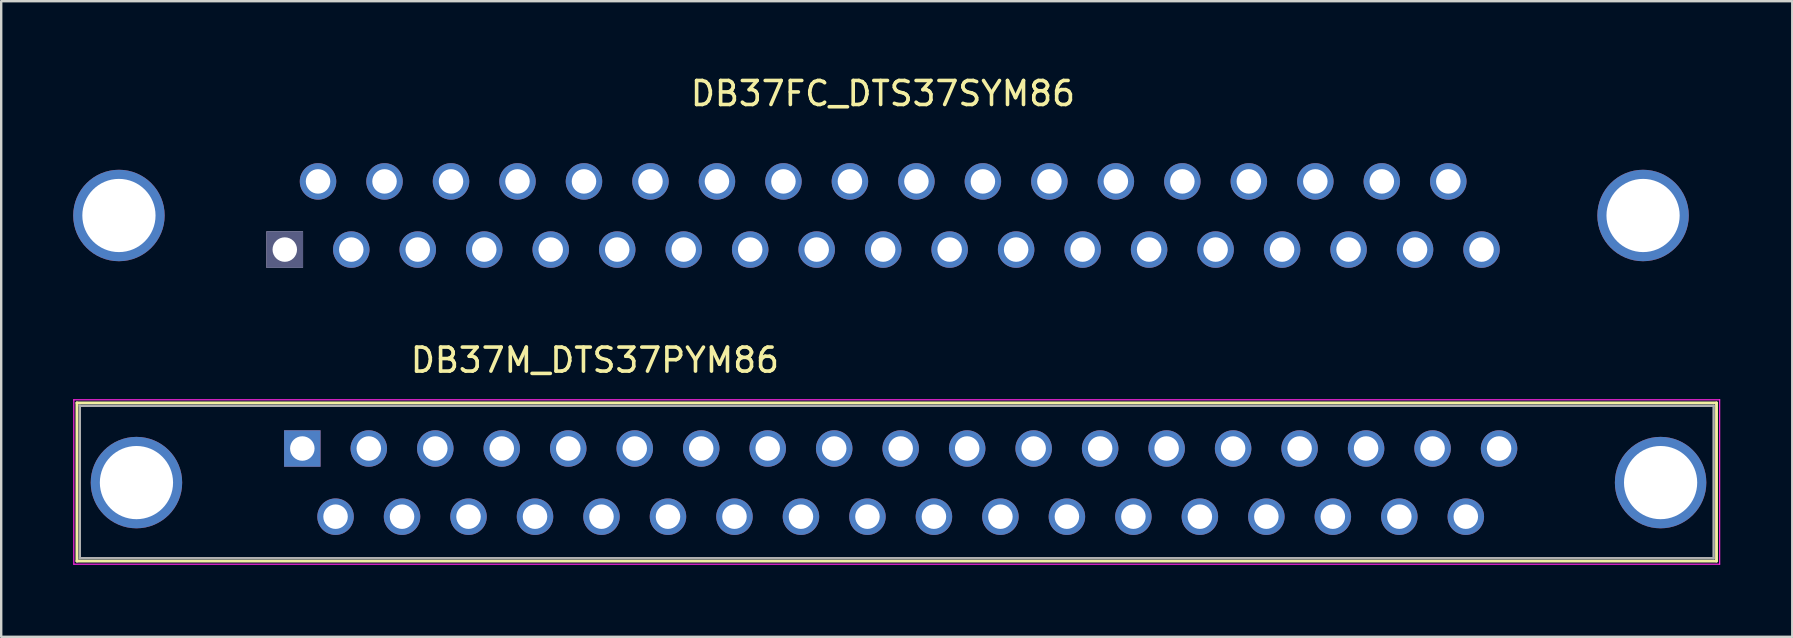
<source format=kicad_pcb>
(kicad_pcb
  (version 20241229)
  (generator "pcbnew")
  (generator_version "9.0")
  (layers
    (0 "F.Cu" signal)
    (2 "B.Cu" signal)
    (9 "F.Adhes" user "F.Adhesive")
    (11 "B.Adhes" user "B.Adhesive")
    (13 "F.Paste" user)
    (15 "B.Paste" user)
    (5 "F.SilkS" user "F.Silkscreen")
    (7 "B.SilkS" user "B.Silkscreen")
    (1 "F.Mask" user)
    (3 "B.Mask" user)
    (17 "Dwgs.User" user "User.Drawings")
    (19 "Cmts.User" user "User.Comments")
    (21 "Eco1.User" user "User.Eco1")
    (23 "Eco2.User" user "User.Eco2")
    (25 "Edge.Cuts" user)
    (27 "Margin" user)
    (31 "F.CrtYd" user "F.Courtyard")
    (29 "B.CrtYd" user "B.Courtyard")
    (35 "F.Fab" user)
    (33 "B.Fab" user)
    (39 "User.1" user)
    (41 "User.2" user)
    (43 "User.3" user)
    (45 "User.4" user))
  (footprint "DB37M_DTS37PYM86"
    (layer "F.Cu")
    (at 9.545 15.636)
    (property "Reference" "DB37M_DTS37PYM86" (at 12.19 -3.68 0) (layer "F.SilkS") (effects (font (size 1 1) (thickness 0.15))))
    (attr through_hole)
    (fp_line (start -9.39 -1.9) (end -9.39 4.69) (stroke (width 0.12) (type solid)) (layer "F.SilkS"))
    (fp_line (start -9.39 -1.9) (end 58.92 -1.9) (stroke (width 0.12) (type solid)) (layer "F.SilkS"))
    (fp_line (start 58.92 4.69) (end -9.39 4.69) (stroke (width 0.12) (type solid)) (layer "F.SilkS"))
    (fp_line (start 58.92 4.69) (end 58.92 -1.9) (stroke (width 0.12) (type solid)) (layer "F.SilkS"))
    (fp_line (start -9.52 -2.03) (end -9.52 4.82) (stroke (width 0.05) (type solid)) (layer "F.CrtYd"))
    (fp_line (start -9.52 -2.03) (end 59.05 -2.03) (stroke (width 0.05) (type solid)) (layer "F.CrtYd"))
    (fp_line (start 59.05 4.82) (end -9.52 4.82) (stroke (width 0.05) (type solid)) (layer "F.CrtYd"))
    (fp_line (start 59.05 4.82) (end 59.05 -2.03) (stroke (width 0.05) (type solid)) (layer "F.CrtYd"))
    (fp_line (start -9.27 -1.78) (end -9.27 -1.78) (stroke (width 0.1) (type solid)) (layer "F.Fab"))
    (fp_line (start -9.27 -1.78) (end -9.27 4.57) (stroke (width 0.1) (type solid)) (layer "F.Fab"))
    (fp_line (start -9.27 4.57) (end 58.8 4.57) (stroke (width 0.1) (type solid)) (layer "F.Fab"))
    (fp_line (start 58.8 -1.78) (end -9.27 -1.78) (stroke (width 0.1) (type solid)) (layer "F.Fab"))
    (fp_line (start 58.8 4.57) (end 58.8 -1.78) (stroke (width 0.1) (type solid)) (layer "F.Fab"))
    (pad "0" thru_hole circle (at -6.91 1.42) (size 3.81 3.81) (drill 3.05) (layers "*.Cu" "*.Mask"))
    (pad "0" thru_hole circle (at 56.59 1.42) (size 3.81 3.81) (drill 3.05) (layers "*.Cu" "*.Mask"))
    (pad "1" thru_hole rect (at 0 0) (size 1.52 1.52) (drill 1.02) (layers "*.Cu" "*.Mask"))
    (pad "2" thru_hole circle (at 2.77 0) (size 1.52 1.52) (drill 1.02) (layers "*.Cu" "*.Mask"))
    (pad "3" thru_hole circle (at 5.54 0) (size 1.52 1.52) (drill 1.02) (layers "*.Cu" "*.Mask"))
    (pad "4" thru_hole circle (at 8.31 0) (size 1.52 1.52) (drill 1.02) (layers "*.Cu" "*.Mask"))
    (pad "5" thru_hole circle (at 11.08 0) (size 1.52 1.52) (drill 1.02) (layers "*.Cu" "*.Mask"))
    (pad "6" thru_hole circle (at 13.85 0) (size 1.52 1.52) (drill 1.02) (layers "*.Cu" "*.Mask"))
    (pad "7" thru_hole circle (at 16.62 0) (size 1.52 1.52) (drill 1.02) (layers "*.Cu" "*.Mask"))
    (pad "8" thru_hole circle (at 19.39 0) (size 1.52 1.52) (drill 1.02) (layers "*.Cu" "*.Mask"))
    (pad "9" thru_hole circle (at 22.16 0) (size 1.52 1.52) (drill 1.02) (layers "*.Cu" "*.Mask"))
    (pad "10" thru_hole circle (at 24.93 0) (size 1.52 1.52) (drill 1.02) (layers "*.Cu" "*.Mask"))
    (pad "11" thru_hole circle (at 27.7 0) (size 1.52 1.52) (drill 1.02) (layers "*.Cu" "*.Mask"))
    (pad "12" thru_hole circle (at 30.47 0) (size 1.52 1.52) (drill 1.02) (layers "*.Cu" "*.Mask"))
    (pad "13" thru_hole circle (at 33.24 0) (size 1.52 1.52) (drill 1.02) (layers "*.Cu" "*.Mask"))
    (pad "14" thru_hole circle (at 36.01 0) (size 1.52 1.52) (drill 1.02) (layers "*.Cu" "*.Mask"))
    (pad "15" thru_hole circle (at 38.78 0) (size 1.52 1.52) (drill 1.02) (layers "*.Cu" "*.Mask"))
    (pad "16" thru_hole circle (at 41.55 0) (size 1.52 1.52) (drill 1.02) (layers "*.Cu" "*.Mask"))
    (pad "17" thru_hole circle (at 44.32 0) (size 1.52 1.52) (drill 1.02) (layers "*.Cu" "*.Mask"))
    (pad "18" thru_hole circle (at 47.09 0) (size 1.52 1.52) (drill 1.02) (layers "*.Cu" "*.Mask"))
    (pad "19" thru_hole circle (at 49.86 0) (size 1.52 1.52) (drill 1.02) (layers "*.Cu" "*.Mask"))
    (pad "20" thru_hole circle (at 1.385 2.84) (size 1.52 1.52) (drill 1.02) (layers "*.Cu" "*.Mask"))
    (pad "21" thru_hole circle (at 4.155 2.84) (size 1.52 1.52) (drill 1.02) (layers "*.Cu" "*.Mask"))
    (pad "22" thru_hole circle (at 6.925 2.84) (size 1.52 1.52) (drill 1.02) (layers "*.Cu" "*.Mask"))
    (pad "23" thru_hole circle (at 9.695 2.84) (size 1.52 1.52) (drill 1.02) (layers "*.Cu" "*.Mask"))
    (pad "24" thru_hole circle (at 12.465 2.84) (size 1.52 1.52) (drill 1.02) (layers "*.Cu" "*.Mask"))
    (pad "25" thru_hole circle (at 15.235 2.84) (size 1.52 1.52) (drill 1.02) (layers "*.Cu" "*.Mask"))
    (pad "26" thru_hole circle (at 18.005 2.84) (size 1.52 1.52) (drill 1.02) (layers "*.Cu" "*.Mask"))
    (pad "27" thru_hole circle (at 20.775 2.84) (size 1.52 1.52) (drill 1.02) (layers "*.Cu" "*.Mask"))
    (pad "28" thru_hole circle (at 23.545 2.84) (size 1.52 1.52) (drill 1.02) (layers "*.Cu" "*.Mask"))
    (pad "29" thru_hole circle (at 26.315 2.84) (size 1.52 1.52) (drill 1.02) (layers "*.Cu" "*.Mask"))
    (pad "30" thru_hole circle (at 29.085 2.84) (size 1.52 1.52) (drill 1.02) (layers "*.Cu" "*.Mask"))
    (pad "31" thru_hole circle (at 31.855 2.84) (size 1.52 1.52) (drill 1.02) (layers "*.Cu" "*.Mask"))
    (pad "32" thru_hole circle (at 34.625 2.84) (size 1.52 1.52) (drill 1.02) (layers "*.Cu" "*.Mask"))
    (pad "33" thru_hole circle (at 37.395 2.84) (size 1.52 1.52) (drill 1.02) (layers "*.Cu" "*.Mask"))
    (pad "34" thru_hole circle (at 40.165 2.84) (size 1.52 1.52) (drill 1.02) (layers "*.Cu" "*.Mask"))
    (pad "35" thru_hole circle (at 42.935 2.84) (size 1.52 1.52) (drill 1.02) (layers "*.Cu" "*.Mask"))
    (pad "36" thru_hole circle (at 45.705 2.84) (size 1.52 1.52) (drill 1.02) (layers "*.Cu" "*.Mask"))
    (pad "37" thru_hole circle (at 48.475 2.84) (size 1.52 1.52) (drill 1.02) (layers "*.Cu" "*.Mask")))
  (footprint "DB37FC_DTS37SYM86"
    (layer "F.Cu")
    (at 8.815 7.348)
    (property "Reference" "DB37FC_DTS37SYM86" (at 24.92 -6.5 180) (layer "F.SilkS") (effects (font (size 1 1) (thickness 0.15))))
    (attr through_hole)
    (pad "0" thru_hole circle (at -6.91 -1.42 180) (size 3.81 3.81) (drill 3.05) (layers "*.Cu" "*.Mask"))
    (pad "0" thru_hole circle (at 56.59 -1.42 180) (size 3.81 3.81) (drill 3.05) (layers "*.Cu" "*.Mask"))
    (pad "1" thru_hole rect (at 0 0 180) (size 1.52 1.52) (drill 1.02) (layers "*.Cu" "*.Mask" "*.Fab"))
    (pad "2" thru_hole circle (at 2.77 0 180) (size 1.52 1.52) (drill 1.02) (layers "*.Cu" "*.Mask"))
    (pad "3" thru_hole circle (at 5.54 0 180) (size 1.52 1.52) (drill 1.02) (layers "*.Cu" "*.Mask"))
    (pad "4" thru_hole circle (at 8.31 0 180) (size 1.52 1.52) (drill 1.02) (layers "*.Cu" "*.Mask"))
    (pad "5" thru_hole circle (at 11.08 0 180) (size 1.52 1.52) (drill 1.02) (layers "*.Cu" "*.Mask"))
    (pad "6" thru_hole circle (at 13.85 0 180) (size 1.52 1.52) (drill 1.02) (layers "*.Cu" "*.Mask"))
    (pad "7" thru_hole circle (at 16.62 0 180) (size 1.52 1.52) (drill 1.02) (layers "*.Cu" "*.Mask"))
    (pad "8" thru_hole circle (at 19.39 0 180) (size 1.52 1.52) (drill 1.02) (layers "*.Cu" "*.Mask"))
    (pad "9" thru_hole circle (at 22.16 0 180) (size 1.52 1.52) (drill 1.02) (layers "*.Cu" "*.Mask"))
    (pad "10" thru_hole circle (at 24.93 0 180) (size 1.52 1.52) (drill 1.02) (layers "*.Cu" "*.Mask"))
    (pad "11" thru_hole circle (at 27.7 0 180) (size 1.52 1.52) (drill 1.02) (layers "*.Cu" "*.Mask"))
    (pad "12" thru_hole circle (at 30.47 0 180) (size 1.52 1.52) (drill 1.02) (layers "*.Cu" "*.Mask"))
    (pad "13" thru_hole circle (at 33.24 0 180) (size 1.52 1.52) (drill 1.02) (layers "*.Cu" "*.Mask"))
    (pad "14" thru_hole circle (at 36.01 0 180) (size 1.52 1.52) (drill 1.02) (layers "*.Cu" "*.Mask"))
    (pad "15" thru_hole circle (at 38.78 0 180) (size 1.52 1.52) (drill 1.02) (layers "*.Cu" "*.Mask"))
    (pad "16" thru_hole circle (at 41.55 0 180) (size 1.52 1.52) (drill 1.02) (layers "*.Cu" "*.Mask"))
    (pad "17" thru_hole circle (at 44.32 0 180) (size 1.52 1.52) (drill 1.02) (layers "*.Cu" "*.Mask"))
    (pad "18" thru_hole circle (at 47.09 0 180) (size 1.52 1.52) (drill 1.02) (layers "*.Cu" "*.Mask"))
    (pad "19" thru_hole circle (at 49.86 0 180) (size 1.52 1.52) (drill 1.02) (layers "*.Cu" "*.Mask"))
    (pad "20" thru_hole circle (at 1.385 -2.84 180) (size 1.52 1.52) (drill 1.02) (layers "*.Cu" "*.Mask"))
    (pad "21" thru_hole circle (at 4.155 -2.84 180) (size 1.52 1.52) (drill 1.02) (layers "*.Cu" "*.Mask"))
    (pad "22" thru_hole circle (at 6.925 -2.84 180) (size 1.52 1.52) (drill 1.02) (layers "*.Cu" "*.Mask"))
    (pad "23" thru_hole circle (at 9.695 -2.84 180) (size 1.52 1.52) (drill 1.02) (layers "*.Cu" "*.Mask"))
    (pad "24" thru_hole circle (at 12.465 -2.84 180) (size 1.52 1.52) (drill 1.02) (layers "*.Cu" "*.Mask"))
    (pad "25" thru_hole circle (at 15.235 -2.84 180) (size 1.52 1.52) (drill 1.02) (layers "*.Cu" "*.Mask"))
    (pad "26" thru_hole circle (at 18.005 -2.84 180) (size 1.52 1.52) (drill 1.02) (layers "*.Cu" "*.Mask"))
    (pad "27" thru_hole circle (at 20.775 -2.84 180) (size 1.52 1.52) (drill 1.02) (layers "*.Cu" "*.Mask"))
    (pad "28" thru_hole circle (at 23.545 -2.84 180) (size 1.52 1.52) (drill 1.02) (layers "*.Cu" "*.Mask"))
    (pad "29" thru_hole circle (at 26.315 -2.84 180) (size 1.52 1.52) (drill 1.02) (layers "*.Cu" "*.Mask"))
    (pad "30" thru_hole circle (at 29.085 -2.84 180) (size 1.52 1.52) (drill 1.02) (layers "*.Cu" "*.Mask"))
    (pad "31" thru_hole circle (at 31.855 -2.84 180) (size 1.52 1.52) (drill 1.02) (layers "*.Cu" "*.Mask"))
    (pad "32" thru_hole circle (at 34.625 -2.84 180) (size 1.52 1.52) (drill 1.02) (layers "*.Cu" "*.Mask"))
    (pad "33" thru_hole circle (at 37.395 -2.84 180) (size 1.52 1.52) (drill 1.02) (layers "*.Cu" "*.Mask"))
    (pad "34" thru_hole circle (at 40.165 -2.84 180) (size 1.52 1.52) (drill 1.02) (layers "*.Cu" "*.Mask"))
    (pad "35" thru_hole circle (at 42.935 -2.84 180) (size 1.52 1.52) (drill 1.02) (layers "*.Cu" "*.Mask"))
    (pad "36" thru_hole circle (at 45.705 -2.84 180) (size 1.52 1.52) (drill 1.02) (layers "*.Cu" "*.Mask"))
    (pad "37" thru_hole circle (at 48.475 -2.84 180) (size 1.52 1.52) (drill 1.02) (layers "*.Cu" "*.Mask")))
  (gr_rect
    (start -3 -3)
    (end 71.62 23.482)
    (stroke (width 0.1) (type default))
    (fill no)
    (layer "Edge.Cuts")))
</source>
